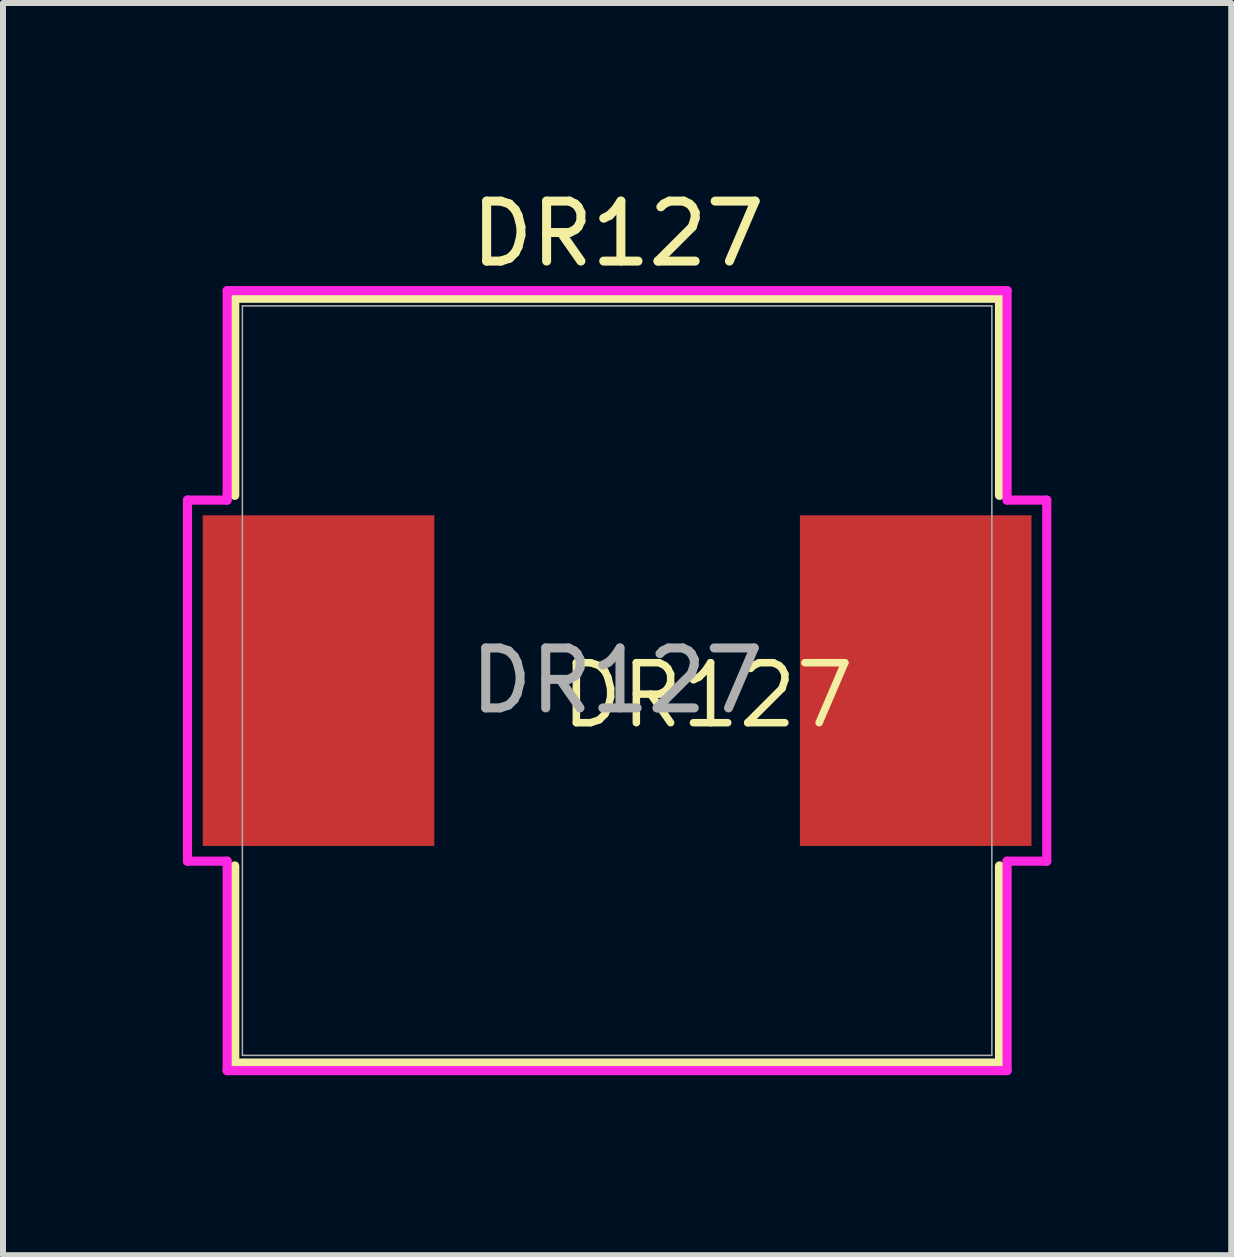
<source format=kicad_pcb>
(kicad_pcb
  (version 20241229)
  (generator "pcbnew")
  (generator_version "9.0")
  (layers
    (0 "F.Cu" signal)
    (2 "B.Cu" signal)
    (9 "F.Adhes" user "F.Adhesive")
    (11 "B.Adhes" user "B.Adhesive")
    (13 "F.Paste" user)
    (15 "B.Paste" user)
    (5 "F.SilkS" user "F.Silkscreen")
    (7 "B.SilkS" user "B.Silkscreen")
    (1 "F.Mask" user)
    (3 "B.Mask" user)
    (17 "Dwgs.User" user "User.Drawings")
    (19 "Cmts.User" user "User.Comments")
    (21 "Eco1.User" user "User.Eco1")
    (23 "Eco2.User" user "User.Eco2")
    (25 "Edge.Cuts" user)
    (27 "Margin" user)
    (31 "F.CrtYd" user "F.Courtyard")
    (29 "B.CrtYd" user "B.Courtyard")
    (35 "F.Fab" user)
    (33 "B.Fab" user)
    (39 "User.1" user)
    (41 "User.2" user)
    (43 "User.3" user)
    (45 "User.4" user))
  (footprint "DR127"
    (layer "F.Cu")
    (at 7.239 8.298)
    (property "Reference" "DR127" (at 0.015 -7.45 0) (unlocked yes) (layer "F.SilkS") (effects (font (size 1 1) (thickness 0.15))))
    (property "Value" "DR127" (at 0.025 1.745 0) (unlocked yes) (layer "F.Fab") (hide yes) (effects (font (size 1 1) (thickness 0.15))))
    (attr smd)
    (fp_line (start -6.375 -6.375) (end -6.375 -3.089) (stroke (width 0.152) (type solid)) (layer "F.SilkS"))
    (fp_line (start -6.375 3.089) (end -6.375 6.375) (stroke (width 0.152) (type solid)) (layer "F.SilkS"))
    (fp_line (start -6.375 6.375) (end 6.375 6.375) (stroke (width 0.152) (type solid)) (layer "F.SilkS"))
    (fp_line (start 6.375 -6.375) (end -6.375 -6.375) (stroke (width 0.152) (type solid)) (layer "F.SilkS"))
    (fp_line (start 6.375 -3.089) (end 6.375 -6.375) (stroke (width 0.152) (type solid)) (layer "F.SilkS"))
    (fp_line (start 6.375 6.375) (end 6.375 3.089) (stroke (width 0.152) (type solid)) (layer "F.SilkS"))
    (fp_line (start -7.163 -3.01) (end -6.502 -3.01) (stroke (width 0.152) (type solid)) (layer "F.CrtYd"))
    (fp_line (start -7.163 3.01) (end -7.163 -3.01) (stroke (width 0.152) (type solid)) (layer "F.CrtYd"))
    (fp_line (start -7.163 3.01) (end -6.502 3.01) (stroke (width 0.152) (type solid)) (layer "F.CrtYd"))
    (fp_line (start -6.502 -6.502) (end 6.502 -6.502) (stroke (width 0.152) (type solid)) (layer "F.CrtYd"))
    (fp_line (start -6.502 -3.01) (end -6.502 -6.502) (stroke (width 0.152) (type solid)) (layer "F.CrtYd"))
    (fp_line (start -6.502 3.01) (end -6.502 6.502) (stroke (width 0.152) (type solid)) (layer "F.CrtYd"))
    (fp_line (start -6.502 6.502) (end 6.502 6.502) (stroke (width 0.152) (type solid)) (layer "F.CrtYd"))
    (fp_line (start 6.502 -6.502) (end 6.502 -3.01) (stroke (width 0.152) (type solid)) (layer "F.CrtYd"))
    (fp_line (start 6.502 -3.01) (end 7.163 -3.01) (stroke (width 0.152) (type solid)) (layer "F.CrtYd"))
    (fp_line (start 6.502 3.01) (end 7.163 3.01) (stroke (width 0.152) (type solid)) (layer "F.CrtYd"))
    (fp_line (start 6.502 6.502) (end 6.502 3.01) (stroke (width 0.152) (type solid)) (layer "F.CrtYd"))
    (fp_line (start 7.163 -3.01) (end 7.163 3.01) (stroke (width 0.152) (type solid)) (layer "F.CrtYd"))
    (fp_line (start -6.248 -6.248) (end -6.248 6.248) (stroke (width 0.025) (type solid)) (layer "F.Fab"))
    (fp_line (start -6.248 6.248) (end 6.248 6.248) (stroke (width 0.025) (type solid)) (layer "F.Fab"))
    (fp_line (start 6.248 -6.248) (end -6.248 -6.248) (stroke (width 0.025) (type solid)) (layer "F.Fab"))
    (fp_line (start 6.248 6.248) (end 6.248 -6.248) (stroke (width 0.025) (type solid)) (layer "F.Fab"))
    (fp_text user "${VALUE}" (at -1 0.83 0) (unlocked yes) (layer "F.SilkS") (effects (font (size 1 1) (thickness 0.125)) (justify left bottom)))
    (fp_text user "${REFERENCE}" (at 0 0 0) (unlocked yes) (layer "F.Fab") (effects (font (size 1 1) (thickness 0.15))))
    (pad "1" smd rect (at -4.978 0) (size 3.861 5.512) (layers "F.Cu" "F.Mask" "F.Paste"))
    (pad "2" smd rect (at 4.978 0) (size 3.861 5.512) (layers "F.Cu" "F.Mask" "F.Paste"))
    (zone (net_name "") (layer "F.Cu") (hatch full 0.508) (connect_pads) (min_thickness 0.254) (filled_areas_thickness no) (keepout (tracks not_allowed) (vias not_allowed) (pads allowed) (copperpour not_allowed) (footprints allowed)) (placement (enabled no)) (fill) (polygon (pts (xy 4.242 2.101) (xy 10.236 2.101) (xy 10.236 14.496) (xy 4.242 14.496)))))
  (gr_rect
    (start -3 -3)
    (end 17.478 17.877)
    (stroke (width 0.1) (type default))
    (fill no)
    (layer "Edge.Cuts")))
</source>
